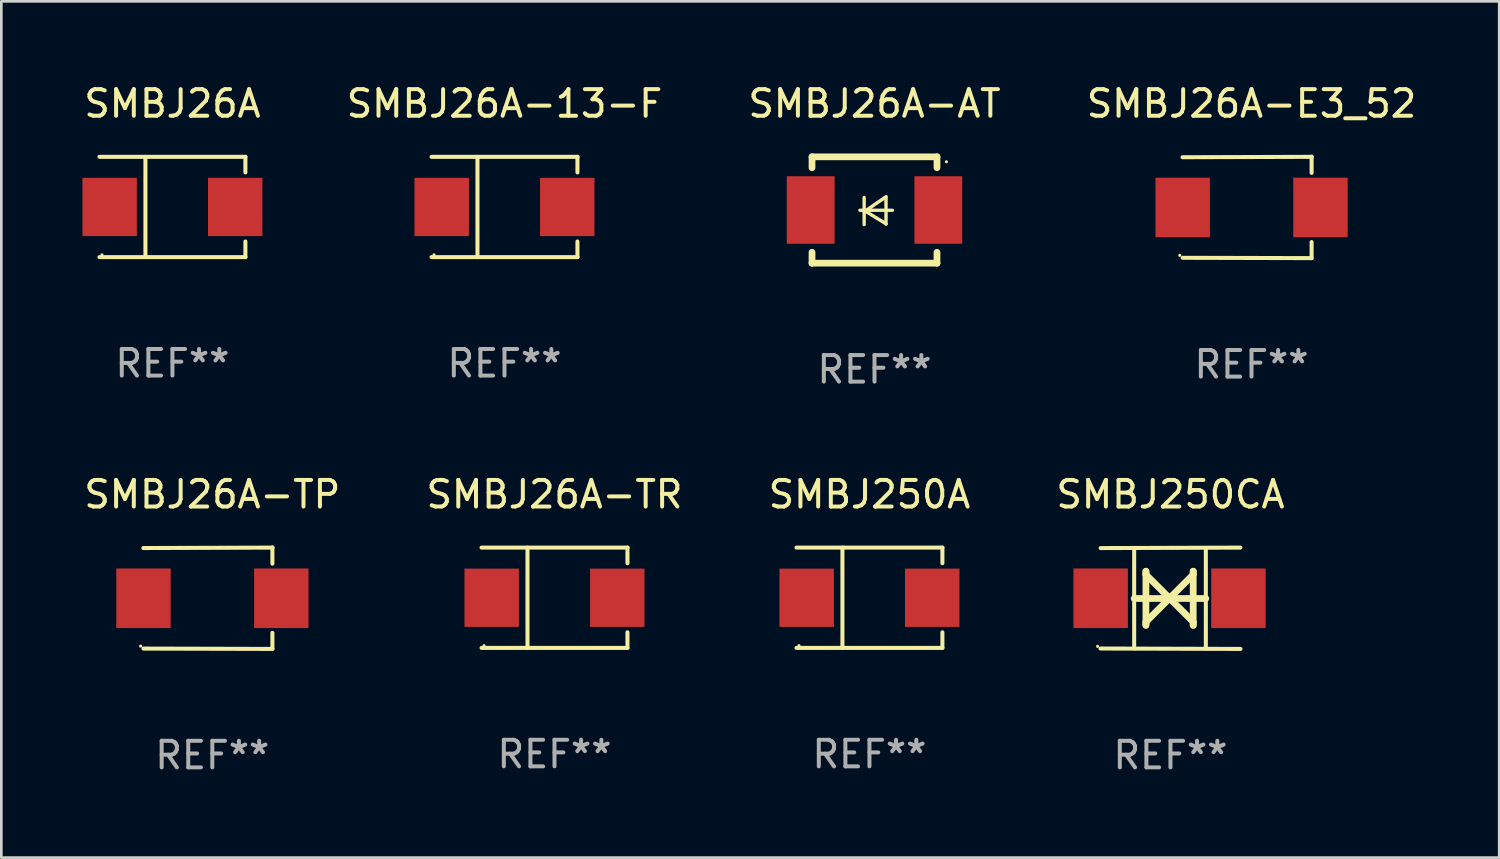
<source format=kicad_pcb>
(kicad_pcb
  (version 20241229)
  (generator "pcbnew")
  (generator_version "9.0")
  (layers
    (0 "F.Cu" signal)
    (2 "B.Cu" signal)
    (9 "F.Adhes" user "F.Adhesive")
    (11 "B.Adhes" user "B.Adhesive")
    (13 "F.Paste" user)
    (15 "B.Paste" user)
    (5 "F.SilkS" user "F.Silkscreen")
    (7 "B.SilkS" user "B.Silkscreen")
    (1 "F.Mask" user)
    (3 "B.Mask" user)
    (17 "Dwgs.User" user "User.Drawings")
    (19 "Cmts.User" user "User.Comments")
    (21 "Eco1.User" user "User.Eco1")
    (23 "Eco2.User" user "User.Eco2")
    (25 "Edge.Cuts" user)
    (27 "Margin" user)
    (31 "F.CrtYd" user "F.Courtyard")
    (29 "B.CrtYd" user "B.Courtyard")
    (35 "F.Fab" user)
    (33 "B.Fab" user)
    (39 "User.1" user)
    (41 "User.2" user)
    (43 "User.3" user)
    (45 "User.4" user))
  (footprint "SMBJ26A-13-F"
    (layer "F.Cu")
    (at 15.923 4.734)
    (property "Reference" "SMBJ26A-13-F" (at 0 -3.886 0) (layer "F.SilkS") (effects (font (size 1 1) (thickness 0.15))))
    (attr through_hole)
    (fp_line (start -2.744 -1.886) (end 2.744 -1.886) (stroke (width 0.152) (type solid)) (layer "F.SilkS"))
    (fp_line (start -2.744 1.886) (end 2.744 1.886) (stroke (width 0.152) (type solid)) (layer "F.SilkS"))
    (fp_line (start -1.016 -1.886) (end -1.016 1.886) (stroke (width 0.152) (type solid)) (layer "F.SilkS"))
    (fp_line (start 2.744 -1.886) (end 2.744 -1.299) (stroke (width 0.152) (type solid)) (layer "F.SilkS"))
    (fp_line (start 2.744 1.886) (end 2.744 1.299) (stroke (width 0.152) (type solid)) (layer "F.SilkS"))
    (fp_circle (center -2.65 1.8) (end -2.62 1.8) (stroke (width 0.06) (type solid)) (fill no) (layer "F.SilkS"))
    (fp_text user "REF**" (at 0 5.886 0) (layer "F.Fab") (effects (font (size 1 1) (thickness 0.15))))
    (pad "1" smd rect (at -2.361 0) (size 2.047 2.192) (layers "F.Cu" "F.Mask" "F.Paste"))
    (pad "2" smd rect (at 2.361 0) (size 2.047 2.192) (layers "F.Cu" "F.Mask" "F.Paste")))
  (footprint "SMBJ26A-AT"
    (layer "F.Cu")
    (at 29.839 4.848)
    (property "Reference" "SMBJ26A-AT" (at 0 -4 0) (layer "F.SilkS") (effects (font (size 1 1) (thickness 0.15))))
    (attr through_hole)
    (fp_line (start -2.35 -2) (end -2.35 -1.591) (stroke (width 0.254) (type solid)) (layer "F.SilkS"))
    (fp_line (start -2.35 -2) (end 2.35 -2) (stroke (width 0.254) (type solid)) (layer "F.SilkS"))
    (fp_line (start -2.35 1.591) (end -2.35 2) (stroke (width 0.254) (type solid)) (layer "F.SilkS"))
    (fp_line (start -2.35 2) (end 2.35 2) (stroke (width 0.254) (type solid)) (layer "F.SilkS"))
    (fp_line (start -0.548 0.01) (end 0.671 0.01) (stroke (width 0.127) (type solid)) (layer "F.SilkS"))
    (fp_line (start -0.389 -0.47) (end -0.389 0.546) (stroke (width 0.127) (type solid)) (layer "F.SilkS"))
    (fp_line (start -0.35 0.04) (end 0.433 0.52) (stroke (width 0.127) (type solid)) (layer "F.SilkS"))
    (fp_line (start 0.433 -0.5) (end -0.35 0.04) (stroke (width 0.127) (type solid)) (layer "F.SilkS"))
    (fp_line (start 0.433 0.53) (end 0.433 -0.486) (stroke (width 0.127) (type solid)) (layer "F.SilkS"))
    (fp_line (start 2.35 -2) (end 2.35 -1.591) (stroke (width 0.254) (type solid)) (layer "F.SilkS"))
    (fp_line (start 2.35 1.591) (end 2.35 2) (stroke (width 0.254) (type solid)) (layer "F.SilkS"))
    (fp_circle (center 2.704 -1.813) (end 2.734 -1.813) (stroke (width 0.06) (type solid)) (fill no) (layer "F.SilkS"))
    (fp_text user "REF**" (at 0 6 0) (layer "F.Fab") (effects (font (size 1 1) (thickness 0.15))))
    (pad "1" smd rect (at 2.4 0) (size 1.8 2.54) (layers "F.Cu" "F.Mask" "F.Paste"))
    (pad "2" smd rect (at -2.4 0) (size 1.8 2.54) (layers "F.Cu" "F.Mask" "F.Paste")))
  (footprint "SMBJ26A-TR"
    (layer "F.Cu")
    (at 17.804 19.431)
    (property "Reference" "SMBJ26A-TR" (at 0 -3.886 0) (layer "F.SilkS") (effects (font (size 1 1) (thickness 0.15))))
    (attr through_hole)
    (fp_line (start -2.744 -1.886) (end 2.744 -1.886) (stroke (width 0.152) (type solid)) (layer "F.SilkS"))
    (fp_line (start -2.744 1.886) (end 2.744 1.886) (stroke (width 0.152) (type solid)) (layer "F.SilkS"))
    (fp_line (start -1.016 -1.886) (end -1.016 1.886) (stroke (width 0.152) (type solid)) (layer "F.SilkS"))
    (fp_line (start 2.744 -1.886) (end 2.744 -1.299) (stroke (width 0.152) (type solid)) (layer "F.SilkS"))
    (fp_line (start 2.744 1.886) (end 2.744 1.299) (stroke (width 0.152) (type solid)) (layer "F.SilkS"))
    (fp_circle (center -2.65 1.8) (end -2.62 1.8) (stroke (width 0.06) (type solid)) (fill no) (layer "F.SilkS"))
    (fp_text user "REF**" (at 0 5.886 0) (layer "F.Fab") (effects (font (size 1 1) (thickness 0.15))))
    (pad "1" smd rect (at -2.361 0) (size 2.047 2.192) (layers "F.Cu" "F.Mask" "F.Paste"))
    (pad "2" smd rect (at 2.361 0) (size 2.047 2.192) (layers "F.Cu" "F.Mask" "F.Paste")))
  (footprint "SMBJ250CA"
    (layer "F.Cu")
    (at 40.97 19.45)
    (property "Reference" "SMBJ250CA" (at 0 -3.905 0) (layer "F.SilkS") (effects (font (size 1 1) (thickness 0.15))))
    (attr through_hole)
    (fp_line (start -1.365 1.886) (end -1.365 -1.886) (stroke (width 0.152) (type solid)) (layer "F.SilkS"))
    (fp_line (start -1.365 0.008) (end 1.33 0.008) (stroke (width 0.254) (type solid)) (layer "F.SilkS"))
    (fp_line (start -0.923 -1.016) (end -0.923 1.016) (stroke (width 0.254) (type solid)) (layer "F.SilkS"))
    (fp_line (start -0.923 -0.889) (end -0.923 -1.016) (stroke (width 0.254) (type solid)) (layer "F.SilkS"))
    (fp_line (start -0.923 0.889) (end -0.034 0) (stroke (width 0.254) (type solid)) (layer "F.SilkS"))
    (fp_line (start -0.923 1.016) (end -0.923 0.889) (stroke (width 0.254) (type solid)) (layer "F.SilkS"))
    (fp_line (start -0.034 0) (end -0.923 -0.889) (stroke (width 0.254) (type solid)) (layer "F.SilkS"))
    (fp_line (start -0.034 0) (end 0.855 0.889) (stroke (width 0.254) (type solid)) (layer "F.SilkS"))
    (fp_line (start 0.855 -1.016) (end 0.855 -0.889) (stroke (width 0.254) (type solid)) (layer "F.SilkS"))
    (fp_line (start 0.855 -0.889) (end -0.034 0) (stroke (width 0.254) (type solid)) (layer "F.SilkS"))
    (fp_line (start 0.855 0.889) (end 0.855 1.016) (stroke (width 0.254) (type solid)) (layer "F.SilkS"))
    (fp_line (start 0.855 1.016) (end 0.855 -1.016) (stroke (width 0.254) (type solid)) (layer "F.SilkS"))
    (fp_line (start 1.33 1.886) (end 1.33 -1.886) (stroke (width 0.152) (type solid)) (layer "F.SilkS"))
    (fp_line (start 2.629 -1.905) (end -2.625 -1.887) (stroke (width 0.152) (type solid)) (layer "F.SilkS"))
    (fp_line (start 2.633 1.905) (end -2.633 1.89) (stroke (width 0.152) (type solid)) (layer "F.SilkS"))
    (fp_circle (center -2.741 1.81) (end -2.711 1.81) (stroke (width 0.06) (type solid)) (fill no) (layer "F.SilkS"))
    (fp_text user "REF**" (at 0 5.905 0) (layer "F.Fab") (effects (font (size 1 1) (thickness 0.15))))
    (pad "1" smd rect (at -2.625 0) (size 2.047 2.241) (layers "F.Cu" "F.Mask" "F.Paste"))
    (pad "2" smd rect (at 2.557 0) (size 2.047 2.241) (layers "F.Cu" "F.Mask" "F.Paste")))
  (footprint "SMBJ26A-E3_52"
    (layer "F.Cu")
    (at 44.018 4.753)
    (property "Reference" "SMBJ26A-E3_52" (at 0 -3.905 0) (layer "F.SilkS") (effects (font (size 1 1) (thickness 0.15))))
    (attr through_hole)
    (fp_line (start 2.256 -1.905) (end -2.594 -1.889) (stroke (width 0.152) (type solid)) (layer "F.SilkS"))
    (fp_line (start 2.256 -1.905) (end 2.26 -1.905) (stroke (width 0.152) (type solid)) (layer "F.SilkS"))
    (fp_line (start 2.26 -1.905) (end 2.26 -1.301) (stroke (width 0.152) (type solid)) (layer "F.SilkS"))
    (fp_line (start 2.26 1.301) (end 2.26 1.905) (stroke (width 0.152) (type solid)) (layer "F.SilkS"))
    (fp_line (start 2.26 1.905) (end -2.59 1.892) (stroke (width 0.152) (type solid)) (layer "F.SilkS"))
    (fp_circle (center -2.697 1.8) (end -2.667 1.8) (stroke (width 0.06) (type solid)) (fill no) (layer "F.SilkS"))
    (fp_text user "REF**" (at 0 5.905 0) (layer "F.Fab") (effects (font (size 1 1) (thickness 0.15))))
    (pad "1" smd rect (at -2.588 0) (size 2.047 2.241) (layers "F.Cu" "F.Mask" "F.Paste"))
    (pad "2" smd rect (at 2.594 0) (size 2.047 2.241) (layers "F.Cu" "F.Mask" "F.Paste")))
  (footprint "SMBJ26A"
    (layer "F.Cu")
    (at 3.435 4.734)
    (property "Reference" "SMBJ26A" (at 0 -3.886 0) (layer "F.SilkS") (effects (font (size 1 1) (thickness 0.15))))
    (attr through_hole)
    (fp_line (start -2.744 -1.886) (end 2.744 -1.886) (stroke (width 0.152) (type solid)) (layer "F.SilkS"))
    (fp_line (start -2.744 1.886) (end 2.744 1.886) (stroke (width 0.152) (type solid)) (layer "F.SilkS"))
    (fp_line (start -1.016 -1.886) (end -1.016 1.886) (stroke (width 0.152) (type solid)) (layer "F.SilkS"))
    (fp_line (start 2.744 -1.886) (end 2.744 -1.299) (stroke (width 0.152) (type solid)) (layer "F.SilkS"))
    (fp_line (start 2.744 1.886) (end 2.744 1.299) (stroke (width 0.152) (type solid)) (layer "F.SilkS"))
    (fp_circle (center -2.65 1.8) (end -2.62 1.8) (stroke (width 0.06) (type solid)) (fill no) (layer "F.SilkS"))
    (fp_text user "REF**" (at 0 5.886 0) (layer "F.Fab") (effects (font (size 1 1) (thickness 0.15))))
    (pad "1" smd rect (at -2.361 0) (size 2.047 2.192) (layers "F.Cu" "F.Mask" "F.Paste"))
    (pad "2" smd rect (at 2.361 0) (size 2.047 2.192) (layers "F.Cu" "F.Mask" "F.Paste")))
  (footprint "SMBJ250A"
    (layer "F.Cu")
    (at 29.649 19.431)
    (property "Reference" "SMBJ250A" (at 0 -3.886 0) (layer "F.SilkS") (effects (font (size 1 1) (thickness 0.15))))
    (attr through_hole)
    (fp_line (start -2.744 -1.886) (end 2.744 -1.886) (stroke (width 0.152) (type solid)) (layer "F.SilkS"))
    (fp_line (start -2.744 1.886) (end 2.744 1.886) (stroke (width 0.152) (type solid)) (layer "F.SilkS"))
    (fp_line (start -1.016 -1.886) (end -1.016 1.886) (stroke (width 0.152) (type solid)) (layer "F.SilkS"))
    (fp_line (start 2.744 -1.886) (end 2.744 -1.299) (stroke (width 0.152) (type solid)) (layer "F.SilkS"))
    (fp_line (start 2.744 1.886) (end 2.744 1.299) (stroke (width 0.152) (type solid)) (layer "F.SilkS"))
    (fp_circle (center -2.65 1.8) (end -2.62 1.8) (stroke (width 0.06) (type solid)) (fill no) (layer "F.SilkS"))
    (fp_text user "REF**" (at 0 5.886 0) (layer "F.Fab") (effects (font (size 1 1) (thickness 0.15))))
    (pad "1" smd rect (at -2.361 0) (size 2.047 2.192) (layers "F.Cu" "F.Mask" "F.Paste"))
    (pad "2" smd rect (at 2.361 0) (size 2.047 2.192) (layers "F.Cu" "F.Mask" "F.Paste")))
  (footprint "SMBJ26A-TP"
    (layer "F.Cu")
    (at 4.935 19.45)
    (property "Reference" "SMBJ26A-TP" (at 0 -3.905 0) (layer "F.SilkS") (effects (font (size 1 1) (thickness 0.15))))
    (attr through_hole)
    (fp_line (start 2.256 -1.905) (end -2.594 -1.889) (stroke (width 0.152) (type solid)) (layer "F.SilkS"))
    (fp_line (start 2.256 -1.905) (end 2.26 -1.905) (stroke (width 0.152) (type solid)) (layer "F.SilkS"))
    (fp_line (start 2.26 -1.905) (end 2.26 -1.301) (stroke (width 0.152) (type solid)) (layer "F.SilkS"))
    (fp_line (start 2.26 1.301) (end 2.26 1.905) (stroke (width 0.152) (type solid)) (layer "F.SilkS"))
    (fp_line (start 2.26 1.905) (end -2.59 1.892) (stroke (width 0.152) (type solid)) (layer "F.SilkS"))
    (fp_circle (center -2.697 1.8) (end -2.667 1.8) (stroke (width 0.06) (type solid)) (fill no) (layer "F.SilkS"))
    (fp_text user "REF**" (at 0 5.905 0) (layer "F.Fab") (effects (font (size 1 1) (thickness 0.15))))
    (pad "1" smd rect (at -2.588 0) (size 2.047 2.241) (layers "F.Cu" "F.Mask" "F.Paste"))
    (pad "2" smd rect (at 2.594 0) (size 2.047 2.241) (layers "F.Cu" "F.Mask" "F.Paste")))
  (gr_rect
    (start -3 -3)
    (end 53.333 29.203)
    (stroke (width 0.1) (type default))
    (fill no)
    (layer "Edge.Cuts")))
</source>
